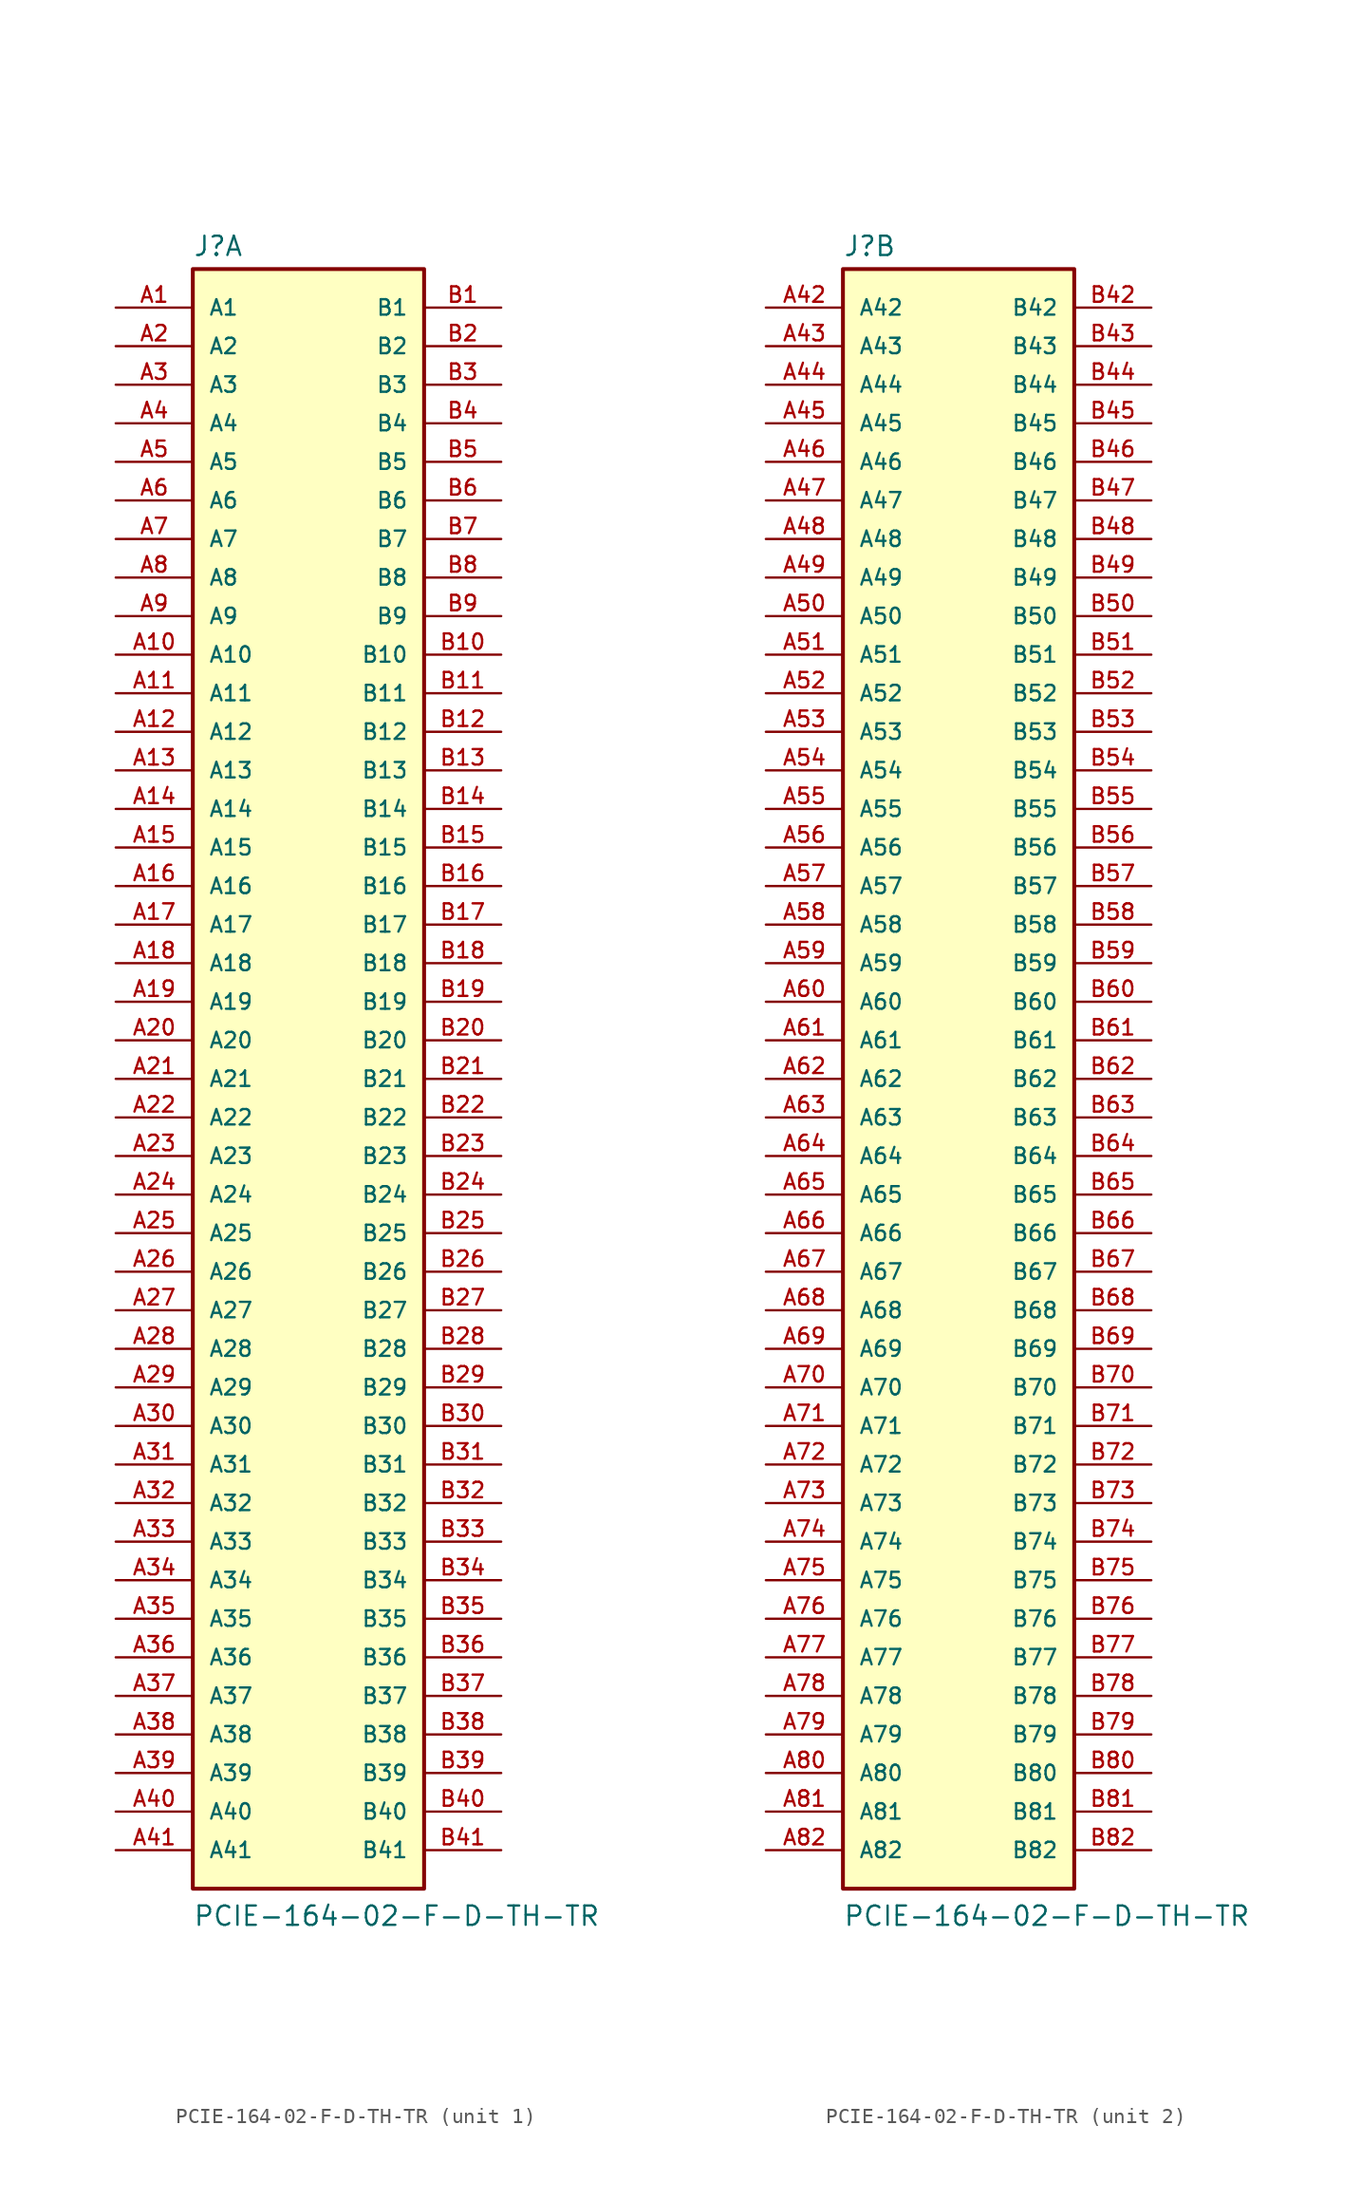
<source format=kicad_sym>
(kicad_symbol_lib
  (version 20211014)
  (generator kicad_symbol_editor)
  (symbol "PCIE-164-02-F-D-TH-TR"
    (pin_names
      (offset 1.016))
    (property "Reference" "J"
      (at -7.62 54.102 0)
      (effects (font (size 1.27 1.27)) (justify bottom left)))
    (property "Value" "PCIE-164-02-F-D-TH-TR"
      (at -7.62 -55.88 0)
      (effects (font (size 1.27 1.27)) (justify bottom left)))
    (symbol "PCIE-164-02-F-D-TH-TR_1_0"
      (rectangle (start -7.62 -53.34) (end 7.62 53.34) (stroke (width 0.254)) (fill (type background)))
      (pin passive line (at -12.7 50.8 0) (length 5.08) (name "A1" (effects (font (size 1.016 1.016)))) (number "A1" (effects (font (size 1.016 1.016)))))
      (pin passive line (at 12.7 50.8 180.0) (length 5.08) (name "B1" (effects (font (size 1.016 1.016)))) (number "B1" (effects (font (size 1.016 1.016)))))
      (pin passive line (at -12.7 48.26 0) (length 5.08) (name "A2" (effects (font (size 1.016 1.016)))) (number "A2" (effects (font (size 1.016 1.016)))))
      (pin passive line (at 12.7 48.26 180.0) (length 5.08) (name "B2" (effects (font (size 1.016 1.016)))) (number "B2" (effects (font (size 1.016 1.016)))))
      (pin passive line (at -12.7 45.72 0) (length 5.08) (name "A3" (effects (font (size 1.016 1.016)))) (number "A3" (effects (font (size 1.016 1.016)))))
      (pin passive line (at 12.7 45.72 180.0) (length 5.08) (name "B3" (effects (font (size 1.016 1.016)))) (number "B3" (effects (font (size 1.016 1.016)))))
      (pin passive line (at -12.7 43.18 0) (length 5.08) (name "A4" (effects (font (size 1.016 1.016)))) (number "A4" (effects (font (size 1.016 1.016)))))
      (pin passive line (at 12.7 43.18 180.0) (length 5.08) (name "B4" (effects (font (size 1.016 1.016)))) (number "B4" (effects (font (size 1.016 1.016)))))
      (pin passive line (at -12.7 40.64 0) (length 5.08) (name "A5" (effects (font (size 1.016 1.016)))) (number "A5" (effects (font (size 1.016 1.016)))))
      (pin passive line (at 12.7 40.64 180.0) (length 5.08) (name "B5" (effects (font (size 1.016 1.016)))) (number "B5" (effects (font (size 1.016 1.016)))))
      (pin passive line (at -12.7 38.1 0) (length 5.08) (name "A6" (effects (font (size 1.016 1.016)))) (number "A6" (effects (font (size 1.016 1.016)))))
      (pin passive line (at 12.7 38.1 180.0) (length 5.08) (name "B6" (effects (font (size 1.016 1.016)))) (number "B6" (effects (font (size 1.016 1.016)))))
      (pin passive line (at -12.7 35.56 0) (length 5.08) (name "A7" (effects (font (size 1.016 1.016)))) (number "A7" (effects (font (size 1.016 1.016)))))
      (pin passive line (at 12.7 35.56 180.0) (length 5.08) (name "B7" (effects (font (size 1.016 1.016)))) (number "B7" (effects (font (size 1.016 1.016)))))
      (pin passive line (at -12.7 33.02 0) (length 5.08) (name "A8" (effects (font (size 1.016 1.016)))) (number "A8" (effects (font (size 1.016 1.016)))))
      (pin passive line (at 12.7 33.02 180.0) (length 5.08) (name "B8" (effects (font (size 1.016 1.016)))) (number "B8" (effects (font (size 1.016 1.016)))))
      (pin passive line (at -12.7 30.48 0) (length 5.08) (name "A9" (effects (font (size 1.016 1.016)))) (number "A9" (effects (font (size 1.016 1.016)))))
      (pin passive line (at 12.7 30.48 180.0) (length 5.08) (name "B9" (effects (font (size 1.016 1.016)))) (number "B9" (effects (font (size 1.016 1.016)))))
      (pin passive line (at -12.7 27.94 0) (length 5.08) (name "A10" (effects (font (size 1.016 1.016)))) (number "A10" (effects (font (size 1.016 1.016)))))
      (pin passive line (at 12.7 27.94 180.0) (length 5.08) (name "B10" (effects (font (size 1.016 1.016)))) (number "B10" (effects (font (size 1.016 1.016)))))
      (pin passive line (at -12.7 25.4 0) (length 5.08) (name "A11" (effects (font (size 1.016 1.016)))) (number "A11" (effects (font (size 1.016 1.016)))))
      (pin passive line (at 12.7 25.4 180.0) (length 5.08) (name "B11" (effects (font (size 1.016 1.016)))) (number "B11" (effects (font (size 1.016 1.016)))))
      (pin passive line (at -12.7 22.86 0) (length 5.08) (name "A12" (effects (font (size 1.016 1.016)))) (number "A12" (effects (font (size 1.016 1.016)))))
      (pin passive line (at 12.7 22.86 180.0) (length 5.08) (name "B12" (effects (font (size 1.016 1.016)))) (number "B12" (effects (font (size 1.016 1.016)))))
      (pin passive line (at -12.7 20.32 0) (length 5.08) (name "A13" (effects (font (size 1.016 1.016)))) (number "A13" (effects (font (size 1.016 1.016)))))
      (pin passive line (at 12.7 20.32 180.0) (length 5.08) (name "B13" (effects (font (size 1.016 1.016)))) (number "B13" (effects (font (size 1.016 1.016)))))
      (pin passive line (at -12.7 17.78 0) (length 5.08) (name "A14" (effects (font (size 1.016 1.016)))) (number "A14" (effects (font (size 1.016 1.016)))))
      (pin passive line (at 12.7 17.78 180.0) (length 5.08) (name "B14" (effects (font (size 1.016 1.016)))) (number "B14" (effects (font (size 1.016 1.016)))))
      (pin passive line (at -12.7 15.24 0) (length 5.08) (name "A15" (effects (font (size 1.016 1.016)))) (number "A15" (effects (font (size 1.016 1.016)))))
      (pin passive line (at 12.7 15.24 180.0) (length 5.08) (name "B15" (effects (font (size 1.016 1.016)))) (number "B15" (effects (font (size 1.016 1.016)))))
      (pin passive line (at -12.7 12.7 0) (length 5.08) (name "A16" (effects (font (size 1.016 1.016)))) (number "A16" (effects (font (size 1.016 1.016)))))
      (pin passive line (at 12.7 12.7 180.0) (length 5.08) (name "B16" (effects (font (size 1.016 1.016)))) (number "B16" (effects (font (size 1.016 1.016)))))
      (pin passive line (at -12.7 10.16 0) (length 5.08) (name "A17" (effects (font (size 1.016 1.016)))) (number "A17" (effects (font (size 1.016 1.016)))))
      (pin passive line (at 12.7 10.16 180.0) (length 5.08) (name "B17" (effects (font (size 1.016 1.016)))) (number "B17" (effects (font (size 1.016 1.016)))))
      (pin passive line (at -12.7 7.62 0) (length 5.08) (name "A18" (effects (font (size 1.016 1.016)))) (number "A18" (effects (font (size 1.016 1.016)))))
      (pin passive line (at 12.7 7.62 180.0) (length 5.08) (name "B18" (effects (font (size 1.016 1.016)))) (number "B18" (effects (font (size 1.016 1.016)))))
      (pin passive line (at -12.7 5.08 0) (length 5.08) (name "A19" (effects (font (size 1.016 1.016)))) (number "A19" (effects (font (size 1.016 1.016)))))
      (pin passive line (at 12.7 5.08 180.0) (length 5.08) (name "B19" (effects (font (size 1.016 1.016)))) (number "B19" (effects (font (size 1.016 1.016)))))
      (pin passive line (at -12.7 2.54 0) (length 5.08) (name "A20" (effects (font (size 1.016 1.016)))) (number "A20" (effects (font (size 1.016 1.016)))))
      (pin passive line (at 12.7 2.54 180.0) (length 5.08) (name "B20" (effects (font (size 1.016 1.016)))) (number "B20" (effects (font (size 1.016 1.016)))))
      (pin passive line (at -12.7 0.0 0) (length 5.08) (name "A21" (effects (font (size 1.016 1.016)))) (number "A21" (effects (font (size 1.016 1.016)))))
      (pin passive line (at 12.7 0.0 180.0) (length 5.08) (name "B21" (effects (font (size 1.016 1.016)))) (number "B21" (effects (font (size 1.016 1.016)))))
      (pin passive line (at -12.7 -2.54 0) (length 5.08) (name "A22" (effects (font (size 1.016 1.016)))) (number "A22" (effects (font (size 1.016 1.016)))))
      (pin passive line (at 12.7 -2.54 180.0) (length 5.08) (name "B22" (effects (font (size 1.016 1.016)))) (number "B22" (effects (font (size 1.016 1.016)))))
      (pin passive line (at -12.7 -5.08 0) (length 5.08) (name "A23" (effects (font (size 1.016 1.016)))) (number "A23" (effects (font (size 1.016 1.016)))))
      (pin passive line (at 12.7 -5.08 180.0) (length 5.08) (name "B23" (effects (font (size 1.016 1.016)))) (number "B23" (effects (font (size 1.016 1.016)))))
      (pin passive line (at -12.7 -7.62 0) (length 5.08) (name "A24" (effects (font (size 1.016 1.016)))) (number "A24" (effects (font (size 1.016 1.016)))))
      (pin passive line (at 12.7 -7.62 180.0) (length 5.08) (name "B24" (effects (font (size 1.016 1.016)))) (number "B24" (effects (font (size 1.016 1.016)))))
      (pin passive line (at -12.7 -10.16 0) (length 5.08) (name "A25" (effects (font (size 1.016 1.016)))) (number "A25" (effects (font (size 1.016 1.016)))))
      (pin passive line (at 12.7 -10.16 180.0) (length 5.08) (name "B25" (effects (font (size 1.016 1.016)))) (number "B25" (effects (font (size 1.016 1.016)))))
      (pin passive line (at -12.7 -12.7 0) (length 5.08) (name "A26" (effects (font (size 1.016 1.016)))) (number "A26" (effects (font (size 1.016 1.016)))))
      (pin passive line (at 12.7 -12.7 180.0) (length 5.08) (name "B26" (effects (font (size 1.016 1.016)))) (number "B26" (effects (font (size 1.016 1.016)))))
      (pin passive line (at -12.7 -15.24 0) (length 5.08) (name "A27" (effects (font (size 1.016 1.016)))) (number "A27" (effects (font (size 1.016 1.016)))))
      (pin passive line (at 12.7 -15.24 180.0) (length 5.08) (name "B27" (effects (font (size 1.016 1.016)))) (number "B27" (effects (font (size 1.016 1.016)))))
      (pin passive line (at -12.7 -17.78 0) (length 5.08) (name "A28" (effects (font (size 1.016 1.016)))) (number "A28" (effects (font (size 1.016 1.016)))))
      (pin passive line (at 12.7 -17.78 180.0) (length 5.08) (name "B28" (effects (font (size 1.016 1.016)))) (number "B28" (effects (font (size 1.016 1.016)))))
      (pin passive line (at -12.7 -20.32 0) (length 5.08) (name "A29" (effects (font (size 1.016 1.016)))) (number "A29" (effects (font (size 1.016 1.016)))))
      (pin passive line (at 12.7 -20.32 180.0) (length 5.08) (name "B29" (effects (font (size 1.016 1.016)))) (number "B29" (effects (font (size 1.016 1.016)))))
      (pin passive line (at -12.7 -22.86 0) (length 5.08) (name "A30" (effects (font (size 1.016 1.016)))) (number "A30" (effects (font (size 1.016 1.016)))))
      (pin passive line (at 12.7 -22.86 180.0) (length 5.08) (name "B30" (effects (font (size 1.016 1.016)))) (number "B30" (effects (font (size 1.016 1.016)))))
      (pin passive line (at -12.7 -25.4 0) (length 5.08) (name "A31" (effects (font (size 1.016 1.016)))) (number "A31" (effects (font (size 1.016 1.016)))))
      (pin passive line (at 12.7 -25.4 180.0) (length 5.08) (name "B31" (effects (font (size 1.016 1.016)))) (number "B31" (effects (font (size 1.016 1.016)))))
      (pin passive line (at -12.7 -27.94 0) (length 5.08) (name "A32" (effects (font (size 1.016 1.016)))) (number "A32" (effects (font (size 1.016 1.016)))))
      (pin passive line (at 12.7 -27.94 180.0) (length 5.08) (name "B32" (effects (font (size 1.016 1.016)))) (number "B32" (effects (font (size 1.016 1.016)))))
      (pin passive line (at -12.7 -30.48 0) (length 5.08) (name "A33" (effects (font (size 1.016 1.016)))) (number "A33" (effects (font (size 1.016 1.016)))))
      (pin passive line (at 12.7 -30.48 180.0) (length 5.08) (name "B33" (effects (font (size 1.016 1.016)))) (number "B33" (effects (font (size 1.016 1.016)))))
      (pin passive line (at -12.7 -33.02 0) (length 5.08) (name "A34" (effects (font (size 1.016 1.016)))) (number "A34" (effects (font (size 1.016 1.016)))))
      (pin passive line (at 12.7 -33.02 180.0) (length 5.08) (name "B34" (effects (font (size 1.016 1.016)))) (number "B34" (effects (font (size 1.016 1.016)))))
      (pin passive line (at -12.7 -35.56 0) (length 5.08) (name "A35" (effects (font (size 1.016 1.016)))) (number "A35" (effects (font (size 1.016 1.016)))))
      (pin passive line (at 12.7 -35.56 180.0) (length 5.08) (name "B35" (effects (font (size 1.016 1.016)))) (number "B35" (effects (font (size 1.016 1.016)))))
      (pin passive line (at -12.7 -38.1 0) (length 5.08) (name "A36" (effects (font (size 1.016 1.016)))) (number "A36" (effects (font (size 1.016 1.016)))))
      (pin passive line (at 12.7 -38.1 180.0) (length 5.08) (name "B36" (effects (font (size 1.016 1.016)))) (number "B36" (effects (font (size 1.016 1.016)))))
      (pin passive line (at -12.7 -40.64 0) (length 5.08) (name "A37" (effects (font (size 1.016 1.016)))) (number "A37" (effects (font (size 1.016 1.016)))))
      (pin passive line (at 12.7 -40.64 180.0) (length 5.08) (name "B37" (effects (font (size 1.016 1.016)))) (number "B37" (effects (font (size 1.016 1.016)))))
      (pin passive line (at -12.7 -43.18 0) (length 5.08) (name "A38" (effects (font (size 1.016 1.016)))) (number "A38" (effects (font (size 1.016 1.016)))))
      (pin passive line (at -12.7 -45.72 0) (length 5.08) (name "A39" (effects (font (size 1.016 1.016)))) (number "A39" (effects (font (size 1.016 1.016)))))
      (pin passive line (at -12.7 -48.26 0) (length 5.08) (name "A40" (effects (font (size 1.016 1.016)))) (number "A40" (effects (font (size 1.016 1.016)))))
      (pin passive line (at -12.7 -50.8 0) (length 5.08) (name "A41" (effects (font (size 1.016 1.016)))) (number "A41" (effects (font (size 1.016 1.016)))))
      (pin passive line (at 12.7 -43.18 180.0) (length 5.08) (name "B38" (effects (font (size 1.016 1.016)))) (number "B38" (effects (font (size 1.016 1.016)))))
      (pin passive line (at 12.7 -45.72 180.0) (length 5.08) (name "B39" (effects (font (size 1.016 1.016)))) (number "B39" (effects (font (size 1.016 1.016)))))
      (pin passive line (at 12.7 -48.26 180.0) (length 5.08) (name "B40" (effects (font (size 1.016 1.016)))) (number "B40" (effects (font (size 1.016 1.016)))))
      (pin passive line (at 12.7 -50.8 180.0) (length 5.08) (name "B41" (effects (font (size 1.016 1.016)))) (number "B41" (effects (font (size 1.016 1.016))))))
    (symbol "PCIE-164-02-F-D-TH-TR_2_0"
      (rectangle (start -7.62 -53.34) (end 7.62 53.34) (stroke (width 0.254)) (fill (type background)))
      (pin passive line (at -12.7 50.8 0) (length 5.08) (name "A42" (effects (font (size 1.016 1.016)))) (number "A42" (effects (font (size 1.016 1.016)))))
      (pin passive line (at 12.7 50.8 180.0) (length 5.08) (name "B42" (effects (font (size 1.016 1.016)))) (number "B42" (effects (font (size 1.016 1.016)))))
      (pin passive line (at -12.7 48.26 0) (length 5.08) (name "A43" (effects (font (size 1.016 1.016)))) (number "A43" (effects (font (size 1.016 1.016)))))
      (pin passive line (at 12.7 48.26 180.0) (length 5.08) (name "B43" (effects (font (size 1.016 1.016)))) (number "B43" (effects (font (size 1.016 1.016)))))
      (pin passive line (at -12.7 45.72 0) (length 5.08) (name "A44" (effects (font (size 1.016 1.016)))) (number "A44" (effects (font (size 1.016 1.016)))))
      (pin passive line (at 12.7 45.72 180.0) (length 5.08) (name "B44" (effects (font (size 1.016 1.016)))) (number "B44" (effects (font (size 1.016 1.016)))))
      (pin passive line (at -12.7 43.18 0) (length 5.08) (name "A45" (effects (font (size 1.016 1.016)))) (number "A45" (effects (font (size 1.016 1.016)))))
      (pin passive line (at 12.7 43.18 180.0) (length 5.08) (name "B45" (effects (font (size 1.016 1.016)))) (number "B45" (effects (font (size 1.016 1.016)))))
      (pin passive line (at -12.7 40.64 0) (length 5.08) (name "A46" (effects (font (size 1.016 1.016)))) (number "A46" (effects (font (size 1.016 1.016)))))
      (pin passive line (at 12.7 40.64 180.0) (length 5.08) (name "B46" (effects (font (size 1.016 1.016)))) (number "B46" (effects (font (size 1.016 1.016)))))
      (pin passive line (at -12.7 38.1 0) (length 5.08) (name "A47" (effects (font (size 1.016 1.016)))) (number "A47" (effects (font (size 1.016 1.016)))))
      (pin passive line (at 12.7 38.1 180.0) (length 5.08) (name "B47" (effects (font (size 1.016 1.016)))) (number "B47" (effects (font (size 1.016 1.016)))))
      (pin passive line (at -12.7 35.56 0) (length 5.08) (name "A48" (effects (font (size 1.016 1.016)))) (number "A48" (effects (font (size 1.016 1.016)))))
      (pin passive line (at 12.7 35.56 180.0) (length 5.08) (name "B48" (effects (font (size 1.016 1.016)))) (number "B48" (effects (font (size 1.016 1.016)))))
      (pin passive line (at -12.7 33.02 0) (length 5.08) (name "A49" (effects (font (size 1.016 1.016)))) (number "A49" (effects (font (size 1.016 1.016)))))
      (pin passive line (at 12.7 33.02 180.0) (length 5.08) (name "B49" (effects (font (size 1.016 1.016)))) (number "B49" (effects (font (size 1.016 1.016)))))
      (pin passive line (at -12.7 30.48 0) (length 5.08) (name "A50" (effects (font (size 1.016 1.016)))) (number "A50" (effects (font (size 1.016 1.016)))))
      (pin passive line (at 12.7 30.48 180.0) (length 5.08) (name "B50" (effects (font (size 1.016 1.016)))) (number "B50" (effects (font (size 1.016 1.016)))))
      (pin passive line (at -12.7 27.94 0) (length 5.08) (name "A51" (effects (font (size 1.016 1.016)))) (number "A51" (effects (font (size 1.016 1.016)))))
      (pin passive line (at 12.7 27.94 180.0) (length 5.08) (name "B51" (effects (font (size 1.016 1.016)))) (number "B51" (effects (font (size 1.016 1.016)))))
      (pin passive line (at -12.7 25.4 0) (length 5.08) (name "A52" (effects (font (size 1.016 1.016)))) (number "A52" (effects (font (size 1.016 1.016)))))
      (pin passive line (at 12.7 25.4 180.0) (length 5.08) (name "B52" (effects (font (size 1.016 1.016)))) (number "B52" (effects (font (size 1.016 1.016)))))
      (pin passive line (at -12.7 22.86 0) (length 5.08) (name "A53" (effects (font (size 1.016 1.016)))) (number "A53" (effects (font (size 1.016 1.016)))))
      (pin passive line (at 12.7 22.86 180.0) (length 5.08) (name "B53" (effects (font (size 1.016 1.016)))) (number "B53" (effects (font (size 1.016 1.016)))))
      (pin passive line (at -12.7 20.32 0) (length 5.08) (name "A54" (effects (font (size 1.016 1.016)))) (number "A54" (effects (font (size 1.016 1.016)))))
      (pin passive line (at 12.7 20.32 180.0) (length 5.08) (name "B54" (effects (font (size 1.016 1.016)))) (number "B54" (effects (font (size 1.016 1.016)))))
      (pin passive line (at -12.7 17.78 0) (length 5.08) (name "A55" (effects (font (size 1.016 1.016)))) (number "A55" (effects (font (size 1.016 1.016)))))
      (pin passive line (at 12.7 17.78 180.0) (length 5.08) (name "B55" (effects (font (size 1.016 1.016)))) (number "B55" (effects (font (size 1.016 1.016)))))
      (pin passive line (at -12.7 15.24 0) (length 5.08) (name "A56" (effects (font (size 1.016 1.016)))) (number "A56" (effects (font (size 1.016 1.016)))))
      (pin passive line (at 12.7 15.24 180.0) (length 5.08) (name "B56" (effects (font (size 1.016 1.016)))) (number "B56" (effects (font (size 1.016 1.016)))))
      (pin passive line (at -12.7 12.7 0) (length 5.08) (name "A57" (effects (font (size 1.016 1.016)))) (number "A57" (effects (font (size 1.016 1.016)))))
      (pin passive line (at 12.7 12.7 180.0) (length 5.08) (name "B57" (effects (font (size 1.016 1.016)))) (number "B57" (effects (font (size 1.016 1.016)))))
      (pin passive line (at -12.7 10.16 0) (length 5.08) (name "A58" (effects (font (size 1.016 1.016)))) (number "A58" (effects (font (size 1.016 1.016)))))
      (pin passive line (at 12.7 10.16 180.0) (length 5.08) (name "B58" (effects (font (size 1.016 1.016)))) (number "B58" (effects (font (size 1.016 1.016)))))
      (pin passive line (at -12.7 7.62 0) (length 5.08) (name "A59" (effects (font (size 1.016 1.016)))) (number "A59" (effects (font (size 1.016 1.016)))))
      (pin passive line (at 12.7 7.62 180.0) (length 5.08) (name "B59" (effects (font (size 1.016 1.016)))) (number "B59" (effects (font (size 1.016 1.016)))))
      (pin passive line (at -12.7 5.08 0) (length 5.08) (name "A60" (effects (font (size 1.016 1.016)))) (number "A60" (effects (font (size 1.016 1.016)))))
      (pin passive line (at 12.7 5.08 180.0) (length 5.08) (name "B60" (effects (font (size 1.016 1.016)))) (number "B60" (effects (font (size 1.016 1.016)))))
      (pin passive line (at -12.7 2.54 0) (length 5.08) (name "A61" (effects (font (size 1.016 1.016)))) (number "A61" (effects (font (size 1.016 1.016)))))
      (pin passive line (at 12.7 2.54 180.0) (length 5.08) (name "B61" (effects (font (size 1.016 1.016)))) (number "B61" (effects (font (size 1.016 1.016)))))
      (pin passive line (at -12.7 0.0 0) (length 5.08) (name "A62" (effects (font (size 1.016 1.016)))) (number "A62" (effects (font (size 1.016 1.016)))))
      (pin passive line (at 12.7 0.0 180.0) (length 5.08) (name "B62" (effects (font (size 1.016 1.016)))) (number "B62" (effects (font (size 1.016 1.016)))))
      (pin passive line (at -12.7 -2.54 0) (length 5.08) (name "A63" (effects (font (size 1.016 1.016)))) (number "A63" (effects (font (size 1.016 1.016)))))
      (pin passive line (at 12.7 -2.54 180.0) (length 5.08) (name "B63" (effects (font (size 1.016 1.016)))) (number "B63" (effects (font (size 1.016 1.016)))))
      (pin passive line (at -12.7 -5.08 0) (length 5.08) (name "A64" (effects (font (size 1.016 1.016)))) (number "A64" (effects (font (size 1.016 1.016)))))
      (pin passive line (at 12.7 -5.08 180.0) (length 5.08) (name "B64" (effects (font (size 1.016 1.016)))) (number "B64" (effects (font (size 1.016 1.016)))))
      (pin passive line (at -12.7 -7.62 0) (length 5.08) (name "A65" (effects (font (size 1.016 1.016)))) (number "A65" (effects (font (size 1.016 1.016)))))
      (pin passive line (at 12.7 -7.62 180.0) (length 5.08) (name "B65" (effects (font (size 1.016 1.016)))) (number "B65" (effects (font (size 1.016 1.016)))))
      (pin passive line (at -12.7 -10.16 0) (length 5.08) (name "A66" (effects (font (size 1.016 1.016)))) (number "A66" (effects (font (size 1.016 1.016)))))
      (pin passive line (at 12.7 -10.16 180.0) (length 5.08) (name "B66" (effects (font (size 1.016 1.016)))) (number "B66" (effects (font (size 1.016 1.016)))))
      (pin passive line (at -12.7 -12.7 0) (length 5.08) (name "A67" (effects (font (size 1.016 1.016)))) (number "A67" (effects (font (size 1.016 1.016)))))
      (pin passive line (at 12.7 -12.7 180.0) (length 5.08) (name "B67" (effects (font (size 1.016 1.016)))) (number "B67" (effects (font (size 1.016 1.016)))))
      (pin passive line (at -12.7 -15.24 0) (length 5.08) (name "A68" (effects (font (size 1.016 1.016)))) (number "A68" (effects (font (size 1.016 1.016)))))
      (pin passive line (at 12.7 -15.24 180.0) (length 5.08) (name "B68" (effects (font (size 1.016 1.016)))) (number "B68" (effects (font (size 1.016 1.016)))))
      (pin passive line (at -12.7 -17.78 0) (length 5.08) (name "A69" (effects (font (size 1.016 1.016)))) (number "A69" (effects (font (size 1.016 1.016)))))
      (pin passive line (at 12.7 -17.78 180.0) (length 5.08) (name "B69" (effects (font (size 1.016 1.016)))) (number "B69" (effects (font (size 1.016 1.016)))))
      (pin passive line (at -12.7 -20.32 0) (length 5.08) (name "A70" (effects (font (size 1.016 1.016)))) (number "A70" (effects (font (size 1.016 1.016)))))
      (pin passive line (at 12.7 -20.32 180.0) (length 5.08) (name "B70" (effects (font (size 1.016 1.016)))) (number "B70" (effects (font (size 1.016 1.016)))))
      (pin passive line (at -12.7 -22.86 0) (length 5.08) (name "A71" (effects (font (size 1.016 1.016)))) (number "A71" (effects (font (size 1.016 1.016)))))
      (pin passive line (at 12.7 -22.86 180.0) (length 5.08) (name "B71" (effects (font (size 1.016 1.016)))) (number "B71" (effects (font (size 1.016 1.016)))))
      (pin passive line (at -12.7 -25.4 0) (length 5.08) (name "A72" (effects (font (size 1.016 1.016)))) (number "A72" (effects (font (size 1.016 1.016)))))
      (pin passive line (at 12.7 -25.4 180.0) (length 5.08) (name "B72" (effects (font (size 1.016 1.016)))) (number "B72" (effects (font (size 1.016 1.016)))))
      (pin passive line (at -12.7 -27.94 0) (length 5.08) (name "A73" (effects (font (size 1.016 1.016)))) (number "A73" (effects (font (size 1.016 1.016)))))
      (pin passive line (at 12.7 -27.94 180.0) (length 5.08) (name "B73" (effects (font (size 1.016 1.016)))) (number "B73" (effects (font (size 1.016 1.016)))))
      (pin passive line (at -12.7 -30.48 0) (length 5.08) (name "A74" (effects (font (size 1.016 1.016)))) (number "A74" (effects (font (size 1.016 1.016)))))
      (pin passive line (at 12.7 -30.48 180.0) (length 5.08) (name "B74" (effects (font (size 1.016 1.016)))) (number "B74" (effects (font (size 1.016 1.016)))))
      (pin passive line (at -12.7 -33.02 0) (length 5.08) (name "A75" (effects (font (size 1.016 1.016)))) (number "A75" (effects (font (size 1.016 1.016)))))
      (pin passive line (at 12.7 -33.02 180.0) (length 5.08) (name "B75" (effects (font (size 1.016 1.016)))) (number "B75" (effects (font (size 1.016 1.016)))))
      (pin passive line (at -12.7 -35.56 0) (length 5.08) (name "A76" (effects (font (size 1.016 1.016)))) (number "A76" (effects (font (size 1.016 1.016)))))
      (pin passive line (at 12.7 -35.56 180.0) (length 5.08) (name "B76" (effects (font (size 1.016 1.016)))) (number "B76" (effects (font (size 1.016 1.016)))))
      (pin passive line (at -12.7 -38.1 0) (length 5.08) (name "A77" (effects (font (size 1.016 1.016)))) (number "A77" (effects (font (size 1.016 1.016)))))
      (pin passive line (at 12.7 -38.1 180.0) (length 5.08) (name "B77" (effects (font (size 1.016 1.016)))) (number "B77" (effects (font (size 1.016 1.016)))))
      (pin passive line (at -12.7 -40.64 0) (length 5.08) (name "A78" (effects (font (size 1.016 1.016)))) (number "A78" (effects (font (size 1.016 1.016)))))
      (pin passive line (at 12.7 -40.64 180.0) (length 5.08) (name "B78" (effects (font (size 1.016 1.016)))) (number "B78" (effects (font (size 1.016 1.016)))))
      (pin passive line (at -12.7 -43.18 0) (length 5.08) (name "A79" (effects (font (size 1.016 1.016)))) (number "A79" (effects (font (size 1.016 1.016)))))
      (pin passive line (at -12.7 -45.72 0) (length 5.08) (name "A80" (effects (font (size 1.016 1.016)))) (number "A80" (effects (font (size 1.016 1.016)))))
      (pin passive line (at -12.7 -48.26 0) (length 5.08) (name "A81" (effects (font (size 1.016 1.016)))) (number "A81" (effects (font (size 1.016 1.016)))))
      (pin passive line (at -12.7 -50.8 0) (length 5.08) (name "A82" (effects (font (size 1.016 1.016)))) (number "A82" (effects (font (size 1.016 1.016)))))
      (pin passive line (at 12.7 -43.18 180.0) (length 5.08) (name "B79" (effects (font (size 1.016 1.016)))) (number "B79" (effects (font (size 1.016 1.016)))))
      (pin passive line (at 12.7 -45.72 180.0) (length 5.08) (name "B80" (effects (font (size 1.016 1.016)))) (number "B80" (effects (font (size 1.016 1.016)))))
      (pin passive line (at 12.7 -48.26 180.0) (length 5.08) (name "B81" (effects (font (size 1.016 1.016)))) (number "B81" (effects (font (size 1.016 1.016)))))
      (pin passive line (at 12.7 -50.8 180.0) (length 5.08) (name "B82" (effects (font (size 1.016 1.016)))) (number "B82" (effects (font (size 1.016 1.016))))))))
</source>
